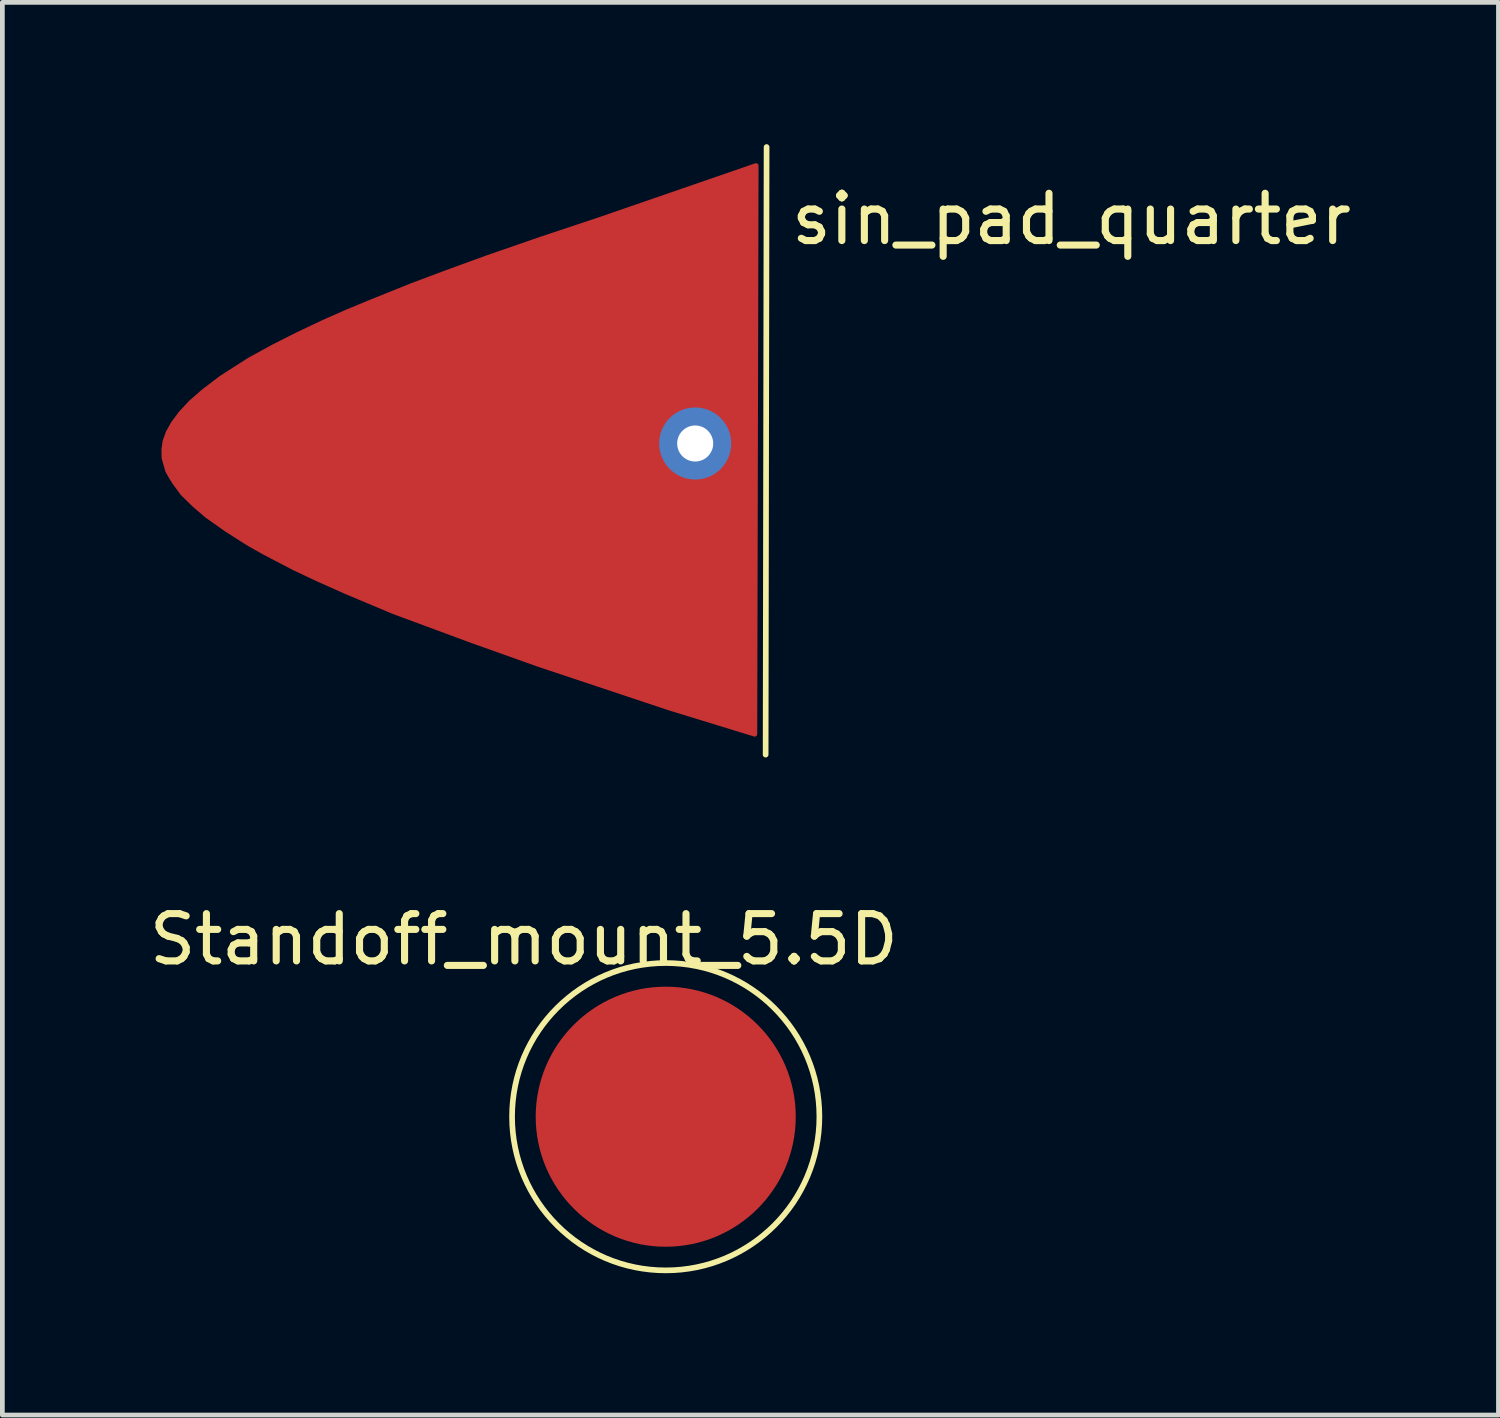
<source format=kicad_pcb>
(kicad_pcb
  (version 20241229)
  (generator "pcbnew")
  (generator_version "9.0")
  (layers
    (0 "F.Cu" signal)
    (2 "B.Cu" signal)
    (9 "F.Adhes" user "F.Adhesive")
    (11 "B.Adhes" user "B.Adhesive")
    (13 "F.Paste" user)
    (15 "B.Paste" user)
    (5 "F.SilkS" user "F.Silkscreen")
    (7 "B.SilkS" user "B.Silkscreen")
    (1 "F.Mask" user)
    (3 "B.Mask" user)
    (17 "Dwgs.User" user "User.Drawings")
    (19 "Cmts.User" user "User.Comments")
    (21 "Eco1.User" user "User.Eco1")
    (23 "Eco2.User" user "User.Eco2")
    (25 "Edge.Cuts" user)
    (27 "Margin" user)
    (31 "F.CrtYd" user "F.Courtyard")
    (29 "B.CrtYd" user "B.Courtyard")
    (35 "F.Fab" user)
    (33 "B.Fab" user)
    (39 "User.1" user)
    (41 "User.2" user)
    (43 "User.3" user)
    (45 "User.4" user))
  (footprint "sin_pad_quarter"
    (layer "F.Cu")
    (at 12.853 6.47)
    (property "Reference" "sin_pad_quarter" (at 6.759 -4.887 0) (layer "F.SilkS") (effects (font (size 1 1) (thickness 0.15))))
    (attr through_hole)
    (fp_line (start 0.29 6.44) (end 0.31 -6.41) (stroke (width 0.12) (type solid)) (layer "F.SilkS"))
    (fp_line (start -12.853 -0.018) (end -12.815 -0.275) (stroke (width 0.000129) (type solid)) (layer "Dwgs.User"))
    (fp_line (start -12.84 0.239) (end -12.853 -0.018) (stroke (width 0.000129) (type solid)) (layer "Dwgs.User"))
    (fp_line (start -12.815 -0.275) (end -12.725 -0.531) (stroke (width 0.000129) (type solid)) (layer "Dwgs.User"))
    (fp_line (start -12.776 0.495) (end -12.84 0.239) (stroke (width 0.000129) (type solid)) (layer "Dwgs.User"))
    (fp_line (start -12.725 -0.531) (end -12.585 -0.788) (stroke (width 0.000129) (type solid)) (layer "Dwgs.User"))
    (fp_line (start -12.662 0.752) (end -12.776 0.495) (stroke (width 0.000129) (type solid)) (layer "Dwgs.User"))
    (fp_line (start -12.585 -0.788) (end -12.395 -1.044) (stroke (width 0.000129) (type solid)) (layer "Dwgs.User"))
    (fp_line (start -12.497 1.008) (end -12.662 0.752) (stroke (width 0.000129) (type solid)) (layer "Dwgs.User"))
    (fp_line (start -12.472 0.001) (end -12.445 -0.182) (stroke (width 0.000129) (type solid)) (layer "Dwgs.User"))
    (fp_line (start -12.463 0.182) (end -12.472 0.001) (stroke (width 0.000129) (type solid)) (layer "Dwgs.User"))
    (fp_line (start -12.445 -0.182) (end -12.378 -0.376) (stroke (width 0.000129) (type solid)) (layer "Dwgs.User"))
    (fp_line (start -12.417 0.37) (end -12.463 0.182) (stroke (width 0.000129) (type solid)) (layer "Dwgs.User"))
    (fp_line (start -12.395 -1.044) (end -12.156 -1.301) (stroke (width 0.000129) (type solid)) (layer "Dwgs.User"))
    (fp_line (start -12.378 -0.376) (end -12.265 -0.581) (stroke (width 0.000129) (type solid)) (layer "Dwgs.User"))
    (fp_line (start -12.327 0.569) (end -12.417 0.37) (stroke (width 0.000129) (type solid)) (layer "Dwgs.User"))
    (fp_line (start -12.282 1.265) (end -12.497 1.008) (stroke (width 0.000129) (type solid)) (layer "Dwgs.User"))
    (fp_line (start -12.265 -0.581) (end -12.103 -0.8) (stroke (width 0.000129) (type solid)) (layer "Dwgs.User"))
    (fp_line (start -12.19 0.782) (end -12.327 0.569) (stroke (width 0.000129) (type solid)) (layer "Dwgs.User"))
    (fp_line (start -12.156 -1.301) (end -11.868 -1.557) (stroke (width 0.000129) (type solid)) (layer "Dwgs.User"))
    (fp_line (start -12.103 -0.8) (end -11.89 -1.028) (stroke (width 0.000129) (type solid)) (layer "Dwgs.User"))
    (fp_line (start -12.018 1.521) (end -12.282 1.265) (stroke (width 0.000129) (type solid)) (layer "Dwgs.User"))
    (fp_line (start -12.003 1.005) (end -12.19 0.782) (stroke (width 0.000129) (type solid)) (layer "Dwgs.User"))
    (fp_line (start -11.89 -1.028) (end -11.626 -1.263) (stroke (width 0.000129) (type solid)) (layer "Dwgs.User"))
    (fp_line (start -11.868 -1.557) (end -11.534 -1.814) (stroke (width 0.000129) (type solid)) (layer "Dwgs.User"))
    (fp_line (start -11.765 1.237) (end -12.003 1.005) (stroke (width 0.000129) (type solid)) (layer "Dwgs.User"))
    (fp_line (start -11.707 1.778) (end -12.018 1.521) (stroke (width 0.000129) (type solid)) (layer "Dwgs.User"))
    (fp_line (start -11.626 -1.263) (end -11.312 -1.504) (stroke (width 0.000129) (type solid)) (layer "Dwgs.User"))
    (fp_line (start -11.534 -1.814) (end -11.153 -2.07) (stroke (width 0.000129) (type solid)) (layer "Dwgs.User"))
    (fp_line (start -11.475 1.476) (end -11.765 1.237) (stroke (width 0.000129) (type solid)) (layer "Dwgs.User"))
    (fp_line (start -11.349 2.035) (end -11.707 1.778) (stroke (width 0.000129) (type solid)) (layer "Dwgs.User"))
    (fp_line (start -11.312 -1.504) (end -10.949 -1.749) (stroke (width 0.000129) (type solid)) (layer "Dwgs.User"))
    (fp_line (start -11.153 -2.07) (end -10.728 -2.327) (stroke (width 0.000129) (type solid)) (layer "Dwgs.User"))
    (fp_line (start -11.136 1.719) (end -11.475 1.476) (stroke (width 0.000129) (type solid)) (layer "Dwgs.User"))
    (fp_line (start -10.949 -1.749) (end -10.538 -1.997) (stroke (width 0.000129) (type solid)) (layer "Dwgs.User"))
    (fp_line (start -10.946 2.291) (end -11.349 2.035) (stroke (width 0.000129) (type solid)) (layer "Dwgs.User"))
    (fp_line (start -10.749 1.965) (end -11.136 1.719) (stroke (width 0.000129) (type solid)) (layer "Dwgs.User"))
    (fp_line (start -10.728 -2.327) (end -10.261 -2.584) (stroke (width 0.000129) (type solid)) (layer "Dwgs.User"))
    (fp_line (start -10.538 -1.997) (end -10.084 -2.246) (stroke (width 0.000129) (type solid)) (layer "Dwgs.User"))
    (fp_line (start -10.5 2.548) (end -10.946 2.291) (stroke (width 0.000129) (type solid)) (layer "Dwgs.User"))
    (fp_line (start -10.316 2.214) (end -10.749 1.965) (stroke (width 0.000129) (type solid)) (layer "Dwgs.User"))
    (fp_line (start -10.261 -2.584) (end -9.753 -2.84) (stroke (width 0.000129) (type solid)) (layer "Dwgs.User"))
    (fp_line (start -10.084 -2.246) (end -9.586 -2.498) (stroke (width 0.000129) (type solid)) (layer "Dwgs.User"))
    (fp_line (start -10.012 2.804) (end -10.5 2.548) (stroke (width 0.000129) (type solid)) (layer "Dwgs.User"))
    (fp_line (start -9.84 2.464) (end -10.316 2.214) (stroke (width 0.000129) (type solid)) (layer "Dwgs.User"))
    (fp_line (start -9.753 -2.84) (end -9.206 -3.097) (stroke (width 0.000129) (type solid)) (layer "Dwgs.User"))
    (fp_line (start -9.586 -2.498) (end -9.048 -2.75) (stroke (width 0.000129) (type solid)) (layer "Dwgs.User"))
    (fp_line (start -9.484 3.061) (end -10.012 2.804) (stroke (width 0.000129) (type solid)) (layer "Dwgs.User"))
    (fp_line (start -9.322 2.716) (end -9.84 2.464) (stroke (width 0.000129) (type solid)) (layer "Dwgs.User"))
    (fp_line (start -9.206 -3.097) (end -8.623 -3.353) (stroke (width 0.000129) (type solid)) (layer "Dwgs.User"))
    (fp_line (start -9.048 -2.75) (end -8.473 -3.003) (stroke (width 0.000129) (type solid)) (layer "Dwgs.User"))
    (fp_line (start -8.919 3.317) (end -9.484 3.061) (stroke (width 0.000129) (type solid)) (layer "Dwgs.User"))
    (fp_line (start -8.765 2.969) (end -9.322 2.716) (stroke (width 0.000129) (type solid)) (layer "Dwgs.User"))
    (fp_line (start -8.623 -3.353) (end -8.005 -3.61) (stroke (width 0.000129) (type solid)) (layer "Dwgs.User"))
    (fp_line (start -8.473 -3.003) (end -7.862 -3.257) (stroke (width 0.000129) (type solid)) (layer "Dwgs.User"))
    (fp_line (start -8.318 3.574) (end -8.919 3.317) (stroke (width 0.000129) (type solid)) (layer "Dwgs.User"))
    (fp_line (start -8.172 3.222) (end -8.765 2.969) (stroke (width 0.000129) (type solid)) (layer "Dwgs.User"))
    (fp_line (start -8.005 -3.61) (end -7.356 -3.866) (stroke (width 0.000129) (type solid)) (layer "Dwgs.User"))
    (fp_line (start -7.862 -3.257) (end -7.219 -3.511) (stroke (width 0.000129) (type solid)) (layer "Dwgs.User"))
    (fp_line (start -7.685 3.831) (end -8.318 3.574) (stroke (width 0.000129) (type solid)) (layer "Dwgs.User"))
    (fp_line (start -7.544 3.476) (end -8.172 3.222) (stroke (width 0.000129) (type solid)) (layer "Dwgs.User"))
    (fp_line (start -7.356 -3.866) (end -6.678 -4.123) (stroke (width 0.000129) (type solid)) (layer "Dwgs.User"))
    (fp_line (start -7.219 -3.511) (end -6.546 -3.766) (stroke (width 0.000129) (type solid)) (layer "Dwgs.User"))
    (fp_line (start -7.021 4.087) (end -7.685 3.831) (stroke (width 0.000129) (type solid)) (layer "Dwgs.User"))
    (fp_line (start -6.886 3.731) (end -7.544 3.476) (stroke (width 0.000129) (type solid)) (layer "Dwgs.User"))
    (fp_line (start -6.678 -4.123) (end -5.974 -4.38) (stroke (width 0.000129) (type solid)) (layer "Dwgs.User"))
    (fp_line (start -6.546 -3.766) (end -5.846 -4.021) (stroke (width 0.000129) (type solid)) (layer "Dwgs.User"))
    (fp_line (start -6.329 4.344) (end -7.021 4.087) (stroke (width 0.000129) (type solid)) (layer "Dwgs.User"))
    (fp_line (start -6.199 3.986) (end -6.886 3.731) (stroke (width 0.000129) (type solid)) (layer "Dwgs.User"))
    (fp_line (start -5.974 -4.38) (end -5.246 -4.636) (stroke (width 0.000129) (type solid)) (layer "Dwgs.User"))
    (fp_line (start -5.846 -4.021) (end -5.121 -4.276) (stroke (width 0.000129) (type solid)) (layer "Dwgs.User"))
    (fp_line (start -5.613 4.6) (end -6.329 4.344) (stroke (width 0.000129) (type solid)) (layer "Dwgs.User"))
    (fp_line (start -5.486 4.241) (end -6.199 3.986) (stroke (width 0.000129) (type solid)) (layer "Dwgs.User"))
    (fp_line (start -5.246 -4.636) (end -4.498 -4.893) (stroke (width 0.000129) (type solid)) (layer "Dwgs.User"))
    (fp_line (start -5.121 -4.276) (end -4.376 -4.532) (stroke (width 0.000129) (type solid)) (layer "Dwgs.User"))
    (fp_line (start -4.875 4.857) (end -5.613 4.6) (stroke (width 0.000129) (type solid)) (layer "Dwgs.User"))
    (fp_line (start -4.751 4.496) (end -5.486 4.241) (stroke (width 0.000129) (type solid)) (layer "Dwgs.User"))
    (fp_line (start -4.498 -4.893) (end -3.733 -5.149) (stroke (width 0.000129) (type solid)) (layer "Dwgs.User"))
    (fp_line (start -4.376 -4.532) (end -3.613 -4.788) (stroke (width 0.000129) (type solid)) (layer "Dwgs.User"))
    (fp_line (start -4.117 5.113) (end -4.875 4.857) (stroke (width 0.000129) (type solid)) (layer "Dwgs.User"))
    (fp_line (start -3.996 4.752) (end -4.751 4.496) (stroke (width 0.000129) (type solid)) (layer "Dwgs.User"))
    (fp_line (start -3.733 -5.149) (end -2.953 -5.406) (stroke (width 0.000129) (type solid)) (layer "Dwgs.User"))
    (fp_line (start -3.613 -4.788) (end -2.834 -5.044) (stroke (width 0.000129) (type solid)) (layer "Dwgs.User"))
    (fp_line (start -3.344 5.37) (end -4.117 5.113) (stroke (width 0.000129) (type solid)) (layer "Dwgs.User"))
    (fp_line (start -3.225 5.008) (end -3.996 4.752) (stroke (width 0.000129) (type solid)) (layer "Dwgs.User"))
    (fp_line (start -2.953 -5.406) (end -2.161 -5.662) (stroke (width 0.000129) (type solid)) (layer "Dwgs.User"))
    (fp_line (start -2.834 -5.044) (end -2.044 -5.3) (stroke (width 0.000129) (type solid)) (layer "Dwgs.User"))
    (fp_line (start -2.558 5.627) (end -3.344 5.37) (stroke (width 0.000129) (type solid)) (layer "Dwgs.User"))
    (fp_line (start -2.441 5.264) (end -3.225 5.008) (stroke (width 0.000129) (type solid)) (layer "Dwgs.User"))
    (fp_line (start -2.161 -5.662) (end -1.362 -5.919) (stroke (width 0.000129) (type solid)) (layer "Dwgs.User"))
    (fp_line (start -2.044 -5.3) (end -1.246 -5.556) (stroke (width 0.000129) (type solid)) (layer "Dwgs.User"))
    (fp_line (start -1.762 5.883) (end -2.558 5.627) (stroke (width 0.000129) (type solid)) (layer "Dwgs.User"))
    (fp_line (start -1.646 5.52) (end -2.441 5.264) (stroke (width 0.000129) (type solid)) (layer "Dwgs.User"))
    (fp_line (start -1.362 -5.919) (end -0.558 -6.176) (stroke (width 0.000129) (type solid)) (layer "Dwgs.User"))
    (fp_line (start -1.246 -5.556) (end -0.442 -5.812) (stroke (width 0.000129) (type solid)) (layer "Dwgs.User"))
    (fp_line (start -0.96 6.14) (end -1.762 5.883) (stroke (width 0.000129) (type solid)) (layer "Dwgs.User"))
    (fp_line (start -0.844 5.777) (end -1.646 5.52) (stroke (width 0.000129) (type solid)) (layer "Dwgs.User"))
    (fp_line (start -0.558 -6.176) (end 0.33 -6.43) (stroke (width 0.000129) (type solid)) (layer "Dwgs.User"))
    (fp_line (start -0.442 -5.812) (end -0.157 -5.902) (stroke (width 0.000129) (type solid)) (layer "Dwgs.User"))
    (fp_line (start -0.162 5.995) (end -0.844 5.777) (stroke (width 0.000129) (type solid)) (layer "Dwgs.User"))
    (fp_line (start 0.29 6.45) (end -0.96 6.14) (stroke (width 0.000129) (type solid)) (layer "Dwgs.User"))
    (pad "1" thru_hole circle (at -1.2 -0.14) (size 1.524 1.524) (drill 0.762) (layers "*.Cu"))
    (pad "1" smd custom (at -1.19 -0.13) (size 1.524 1.524) (layers "F.Cu") (options (anchor circle)) (primitives (gr_poly (pts (xy -9.437 -1.78) (xy -8.937 -2.054) (xy -8.424 -2.313) (xy -7.867 -2.577) (xy -7.39 -2.788) (xy -6.851 -3.011) (xy -6.338 -3.217) (xy -6.016 -3.347) (xy -5.264 -3.629) (xy -4.413 -3.939) (xy -3.255 -4.34) (xy -2.079 -4.731) (xy 1.28 -5.89) (xy 1.252 6.14) (xy -0.547 5.588) (xy -3.328 4.661) (xy -4.723 4.164) (xy -6.386 3.549) (xy -7.402 3.122) (xy -7.971 2.868) (xy -8.464 2.637) (xy -8.947 2.386) (xy -9.132 2.289) (xy -9.424 2.124) (xy -9.557 2.043) (xy -9.658 1.977) (xy -9.927 1.806) (xy -10.336 1.517) (xy -10.6 1.291) (xy -10.852 1.045) (xy -11.017 0.819) (xy -11.096 0.694) (xy -11.167 0.567) (xy -11.245 0.296) (xy -11.248 0.11) (xy -11.223 -0.057) (xy -11.159 -0.238) (xy -11.052 -0.431) (xy -10.887 -0.652) (xy -10.677 -0.878) (xy -10.412 -1.109) (xy -10.036 -1.396)) (width 0.1) (fill yes)))))
  (footprint "Standoff_mount_5.5D"
    (layer "F.Cu")
    (at 11.03 20.568)
    (property "Reference" "Standoff_mount_5.5D" (at -3 -3.75 0) (unlocked yes) (layer "F.SilkS") (effects (font (size 1 1) (thickness 0.15))))
    (attr smd)
    (fp_circle (center 0 0) (end 3.25 0) (stroke (width 0.12) (type default)) (fill no) (layer "F.SilkS"))
    (pad "1" smd circle (at 0 0) (size 5.5 5.5) (layers "F.Cu" "F.Mask" "F.Paste")))
  (gr_rect
    (start -3 -3)
    (end 28.642 26.878)
    (stroke (width 0.1) (type default))
    (fill no)
    (layer "Edge.Cuts")))
</source>
